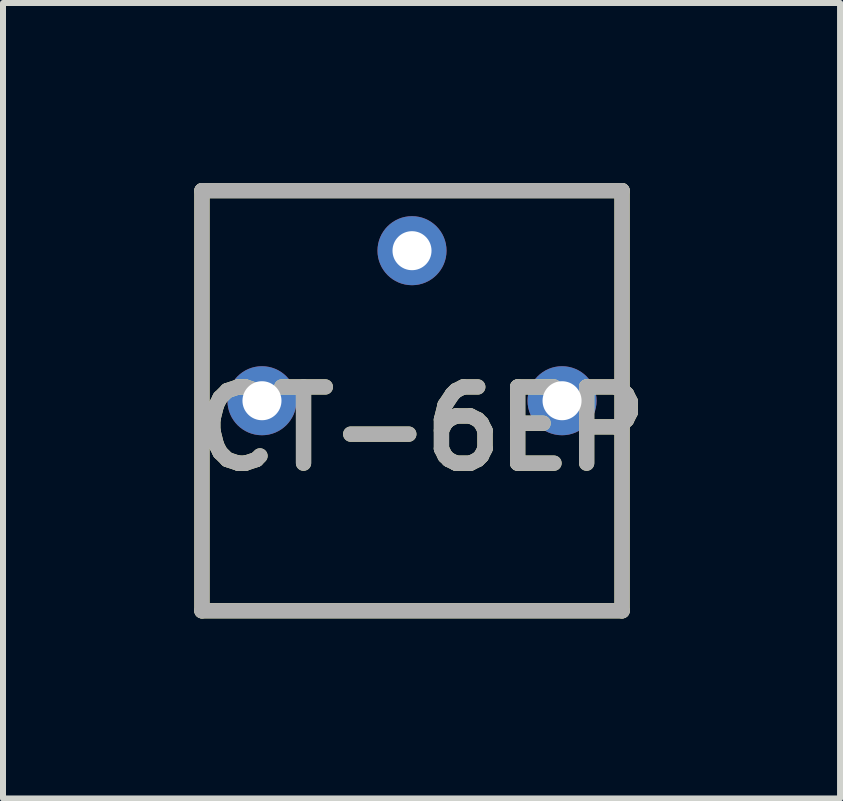
<source format=kicad_pcb>
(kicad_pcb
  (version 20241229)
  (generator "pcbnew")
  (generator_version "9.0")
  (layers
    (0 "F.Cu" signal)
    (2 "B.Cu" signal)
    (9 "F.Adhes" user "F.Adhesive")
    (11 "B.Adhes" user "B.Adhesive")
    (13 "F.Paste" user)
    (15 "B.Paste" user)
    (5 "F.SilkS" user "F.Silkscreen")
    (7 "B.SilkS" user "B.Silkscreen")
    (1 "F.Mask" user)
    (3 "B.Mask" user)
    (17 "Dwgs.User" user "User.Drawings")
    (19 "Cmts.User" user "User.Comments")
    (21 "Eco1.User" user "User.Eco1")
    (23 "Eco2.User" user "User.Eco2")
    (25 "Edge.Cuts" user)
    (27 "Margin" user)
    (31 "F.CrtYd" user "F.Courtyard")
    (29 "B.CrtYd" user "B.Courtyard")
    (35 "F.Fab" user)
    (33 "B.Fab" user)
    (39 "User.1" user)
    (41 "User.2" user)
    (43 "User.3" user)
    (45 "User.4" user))
  (footprint "CT-6EP"
    (layer "F.Cu")
    (at 3.815 3.627)
    (property "Reference" "CT-6EP" (at 0.158 0.466 0) (layer "F.SilkS") (effects (font (size 1.27 1.27) (thickness 0.254))))
    (attr through_hole)
    (fp_line (start -3.5 -3.5) (end 3.5 -3.5) (stroke (width 0.254) (type solid)) (layer "F.SilkS"))
    (fp_line (start -3.5 3.5) (end -3.5 -3.5) (stroke (width 0.254) (type solid)) (layer "F.SilkS"))
    (fp_line (start 3.5 -3.5) (end 3.5 3.5) (stroke (width 0.254) (type solid)) (layer "F.SilkS"))
    (fp_line (start 3.5 3.5) (end -3.5 3.5) (stroke (width 0.254) (type solid)) (layer "F.SilkS"))
    (fp_line (start -3.5 -3.5) (end 3.5 -3.5) (stroke (width 0.254) (type solid)) (layer "F.Fab"))
    (fp_line (start -3.5 3.5) (end -3.5 -3.5) (stroke (width 0.254) (type solid)) (layer "F.Fab"))
    (fp_line (start 3.5 -3.5) (end 3.5 3.5) (stroke (width 0.254) (type solid)) (layer "F.Fab"))
    (fp_line (start 3.5 3.5) (end -3.5 3.5) (stroke (width 0.254) (type solid)) (layer "F.Fab"))
    (fp_text user "${REFERENCE}" (at 0.158 0.466 0) (layer "F.Fab") (effects (font (size 1.27 1.27) (thickness 0.254))))
    (pad "1" thru_hole circle (at -2.5 0) (size 1.15 1.15) (drill 0.65) (layers "*.Cu" "*.Mask"))
    (pad "2" thru_hole circle (at 0 -2.5) (size 1.15 1.15) (drill 0.65) (layers "*.Cu" "*.Mask"))
    (pad "3" thru_hole circle (at 2.5 0) (size 1.15 1.15) (drill 0.65) (layers "*.Cu" "*.Mask")))
  (gr_rect
    (start -3 -3)
    (end 10.947 10.254)
    (stroke (width 0.1) (type default))
    (fill no)
    (layer "Edge.Cuts")))
</source>
